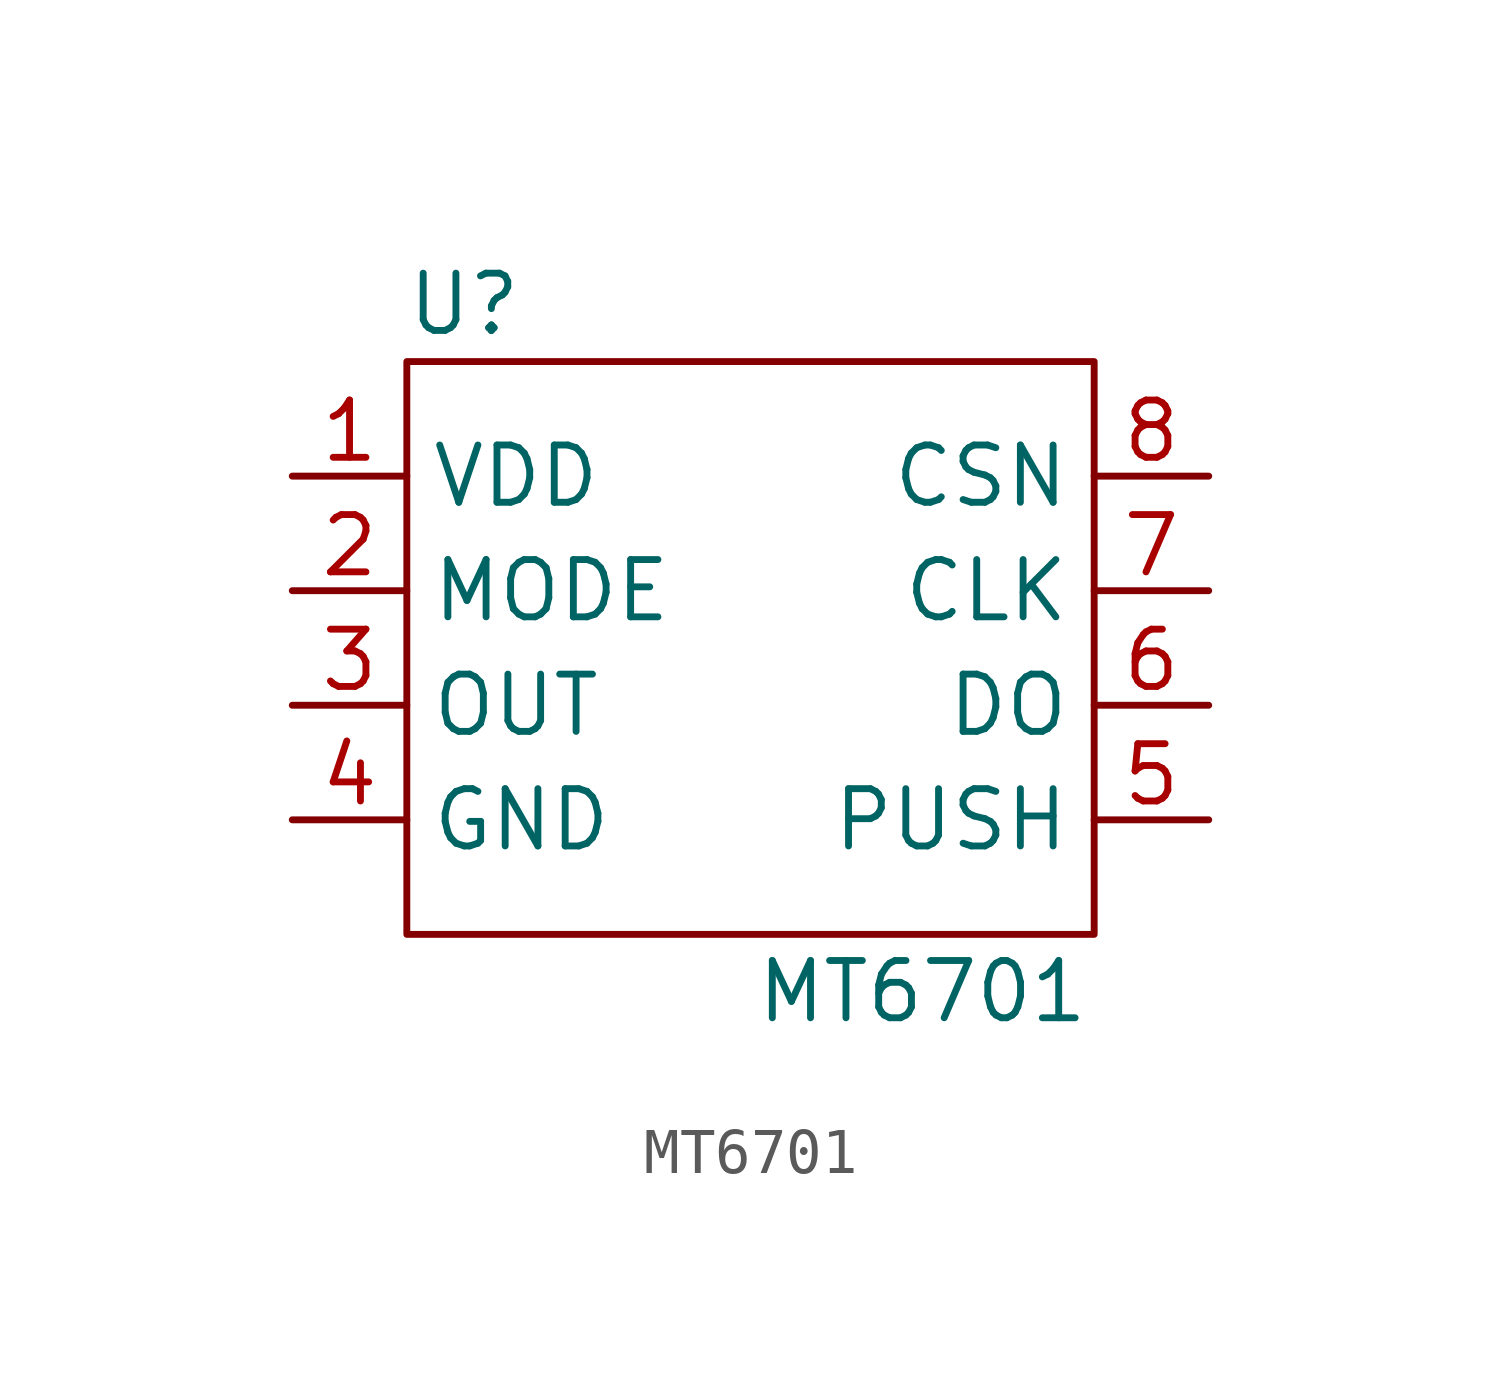
<source format=kicad_sym>
(kicad_symbol_lib
  (version 20211014)
  (generator kicad_symbol_editor)
  (symbol "MT6701"
    (property "Reference" "U"
      (at 1.27 13.97 0)
      (effects (font (size 1.27 1.27))))
    (property "Value" "MT6701"
      (at 11.43 -1.27 0)
      (effects (font (size 1.27 1.27))))
    (symbol "MT6701_0_1"
      (rectangle (start 0 12.7) (end 15.24 0) (stroke (width 0) (type default) (color 0 0 0 0)) (fill (type none))))
    (symbol "MT6701_1_1"
      (pin power_in line (at -2.54 10.16 0) (length 2.54) (name "VDD" (effects (font (size 1.27 1.27)))) (number "1" (effects (font (size 1.27 1.27)))))
      (pin input line (at -2.54 7.62 0) (length 2.54) (name "MODE" (effects (font (size 1.27 1.27)))) (number "2" (effects (font (size 1.27 1.27)))))
      (pin input line (at -2.54 5.08 0) (length 2.54) (name "OUT" (effects (font (size 1.27 1.27)))) (number "3" (effects (font (size 1.27 1.27)))))
      (pin power_in line (at -2.54 2.54 0) (length 2.54) (name "GND" (effects (font (size 1.27 1.27)))) (number "4" (effects (font (size 1.27 1.27)))))
      (pin output line (at 17.78 2.54 180) (length 2.54) (name "PUSH" (effects (font (size 1.27 1.27)))) (number "5" (effects (font (size 1.27 1.27)))))
      (pin output line (at 17.78 5.08 180) (length 2.54) (name "DO" (effects (font (size 1.27 1.27)))) (number "6" (effects (font (size 1.27 1.27)))))
      (pin input line (at 17.78 7.62 180) (length 2.54) (name "CLK" (effects (font (size 1.27 1.27)))) (number "7" (effects (font (size 1.27 1.27)))))
      (pin input line (at 17.78 10.16 180) (length 2.54) (name "CSN" (effects (font (size 1.27 1.27)))) (number "8" (effects (font (size 1.27 1.27))))))))
</source>
